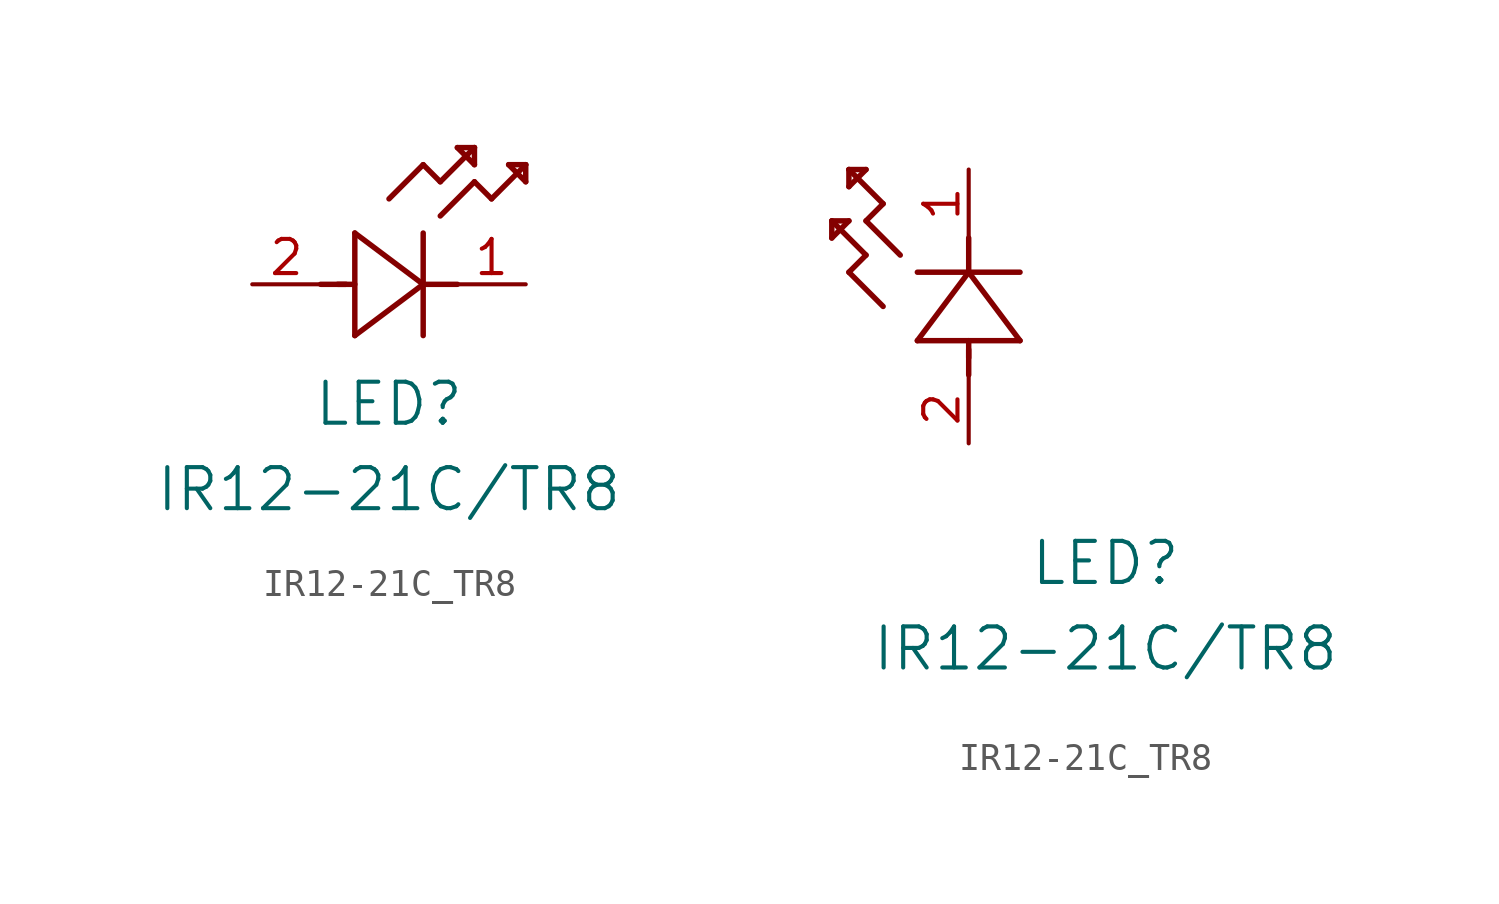
<source format=kicad_sym>
(kicad_symbol_lib
  (version 20211014)
  (generator kicad_symbol_editor)
  (symbol "IR12-21C_TR8"
    (pin_names
      (offset 0.254))
    (property "Reference" "LED"
      (at 5.08 -4.445 0)
      (effects (font (size 1.524 1.524))))
    (property "Value" "IR12-21C/TR8"
      (at 5.08 -7.62 0)
      (effects (font (size 1.524 1.524))))
    (symbol "IR12-21C_TR8_1_1"
      (polyline (pts (xy 2.54 0) (xy 3.48 0)) (stroke (width 0.203) (type default) (color 0 0 0 0)) (fill (type none)))
      (polyline (pts (xy 3.81 1.905) (xy 3.81 -1.905)) (stroke (width 0.203) (type default) (color 0 0 0 0)) (fill (type none)))
      (polyline (pts (xy 3.175 0) (xy 3.81 0)) (stroke (width 0.203) (type default) (color 0 0 0 0)) (fill (type none)))
      (polyline (pts (xy 6.35 -1.905) (xy 6.35 1.905)) (stroke (width 0.203) (type default) (color 0 0 0 0)) (fill (type none)))
      (polyline (pts (xy 6.35 0) (xy 7.62 0)) (stroke (width 0.203) (type default) (color 0 0 0 0)) (fill (type none)))
      (polyline (pts (xy 6.35 4.445) (xy 6.985 3.81)) (stroke (width 0.203) (type default) (color 0 0 0 0)) (fill (type none)))
      (polyline (pts (xy 6.985 3.81) (xy 8.255 5.08)) (stroke (width 0.203) (type default) (color 0 0 0 0)) (fill (type none)))
      (polyline (pts (xy 8.255 3.81) (xy 8.89 3.175)) (stroke (width 0.203) (type default) (color 0 0 0 0)) (fill (type none)))
      (polyline (pts (xy 8.89 3.175) (xy 10.16 4.445)) (stroke (width 0.203) (type default) (color 0 0 0 0)) (fill (type none)))
      (polyline (pts (xy 8.255 5.08) (xy 7.62 5.08)) (stroke (width 0.203) (type default) (color 0 0 0 0)) (fill (type none)))
      (polyline (pts (xy 7.62 5.08) (xy 8.255 4.445)) (stroke (width 0.203) (type default) (color 0 0 0 0)) (fill (type none)))
      (polyline (pts (xy 8.255 4.445) (xy 8.255 5.08)) (stroke (width 0.203) (type default) (color 0 0 0 0)) (fill (type none)))
      (polyline (pts (xy 10.16 4.445) (xy 9.525 4.445)) (stroke (width 0.203) (type default) (color 0 0 0 0)) (fill (type none)))
      (polyline (pts (xy 9.525 4.445) (xy 10.16 3.81)) (stroke (width 0.203) (type default) (color 0 0 0 0)) (fill (type none)))
      (polyline (pts (xy 10.16 3.81) (xy 10.16 4.445)) (stroke (width 0.203) (type default) (color 0 0 0 0)) (fill (type none)))
      (polyline (pts (xy 6.985 2.54) (xy 8.255 3.81)) (stroke (width 0.203) (type default) (color 0 0 0 0)) (fill (type none)))
      (polyline (pts (xy 6.35 0) (xy 3.81 1.905)) (stroke (width 0.203) (type default) (color 0 0 0 0)) (fill (type none)))
      (polyline (pts (xy 3.81 -1.905) (xy 6.35 0)) (stroke (width 0.203) (type default) (color 0 0 0 0)) (fill (type none)))
      (polyline (pts (xy 5.08 3.175) (xy 6.35 4.445)) (stroke (width 0.203) (type default) (color 0 0 0 0)) (fill (type none)))
      (pin unspecified line (at 10.16 0 180) (length 2.54) (name "" (effects (font (size 1.27 1.27)))) (number "1" (effects (font (size 1.27 1.27)))))
      (pin unspecified line (at 0 0 0) (length 2.54) (name "" (effects (font (size 1.27 1.27)))) (number "2" (effects (font (size 1.27 1.27))))))
    (symbol "IR12-21C_TR8_1_2"
      (polyline (pts (xy 0 2.54) (xy 0 3.48)) (stroke (width 0.203) (type default) (color 0 0 0 0)) (fill (type none)))
      (polyline (pts (xy -1.905 3.81) (xy 1.905 3.81)) (stroke (width 0.203) (type default) (color 0 0 0 0)) (fill (type none)))
      (polyline (pts (xy 0 3.175) (xy 0 3.81)) (stroke (width 0.203) (type default) (color 0 0 0 0)) (fill (type none)))
      (polyline (pts (xy 1.905 6.35) (xy -1.905 6.35)) (stroke (width 0.203) (type default) (color 0 0 0 0)) (fill (type none)))
      (polyline (pts (xy 0 6.35) (xy 0 7.62)) (stroke (width 0.203) (type default) (color 0 0 0 0)) (fill (type none)))
      (polyline (pts (xy 0 6.35) (xy -1.905 3.81)) (stroke (width 0.203) (type default) (color 0 0 0 0)) (fill (type none)))
      (polyline (pts (xy 1.905 3.81) (xy 0 6.35)) (stroke (width 0.203) (type default) (color 0 0 0 0)) (fill (type none)))
      (polyline (pts (xy -4.445 6.35) (xy -3.81 6.985)) (stroke (width 0.203) (type default) (color 0 0 0 0)) (fill (type none)))
      (polyline (pts (xy -2.54 6.985) (xy -3.81 8.255)) (stroke (width 0.203) (type default) (color 0 0 0 0)) (fill (type none)))
      (polyline (pts (xy -3.175 5.08) (xy -4.445 6.35)) (stroke (width 0.203) (type default) (color 0 0 0 0)) (fill (type none)))
      (polyline (pts (xy -4.445 10.16) (xy -4.445 9.525)) (stroke (width 0.203) (type default) (color 0 0 0 0)) (fill (type none)))
      (polyline (pts (xy -4.445 9.525) (xy -3.81 10.16)) (stroke (width 0.203) (type default) (color 0 0 0 0)) (fill (type none)))
      (polyline (pts (xy -3.81 10.16) (xy -4.445 10.16)) (stroke (width 0.203) (type default) (color 0 0 0 0)) (fill (type none)))
      (polyline (pts (xy -3.81 8.255) (xy -3.175 8.89)) (stroke (width 0.203) (type default) (color 0 0 0 0)) (fill (type none)))
      (polyline (pts (xy -3.175 8.89) (xy -4.445 10.16)) (stroke (width 0.203) (type default) (color 0 0 0 0)) (fill (type none)))
      (polyline (pts (xy -3.81 6.985) (xy -5.08 8.255)) (stroke (width 0.203) (type default) (color 0 0 0 0)) (fill (type none)))
      (polyline (pts (xy -5.08 8.255) (xy -5.08 7.62)) (stroke (width 0.203) (type default) (color 0 0 0 0)) (fill (type none)))
      (polyline (pts (xy -5.08 7.62) (xy -4.445 8.255)) (stroke (width 0.203) (type default) (color 0 0 0 0)) (fill (type none)))
      (polyline (pts (xy -4.445 8.255) (xy -5.08 8.255)) (stroke (width 0.203) (type default) (color 0 0 0 0)) (fill (type none)))
      (pin unspecified line (at 0 10.16 270) (length 2.54) (name "" (effects (font (size 1.27 1.27)))) (number "1" (effects (font (size 1.27 1.27)))))
      (pin unspecified line (at 0 0 90) (length 2.54) (name "" (effects (font (size 1.27 1.27)))) (number "2" (effects (font (size 1.27 1.27))))))))
</source>
